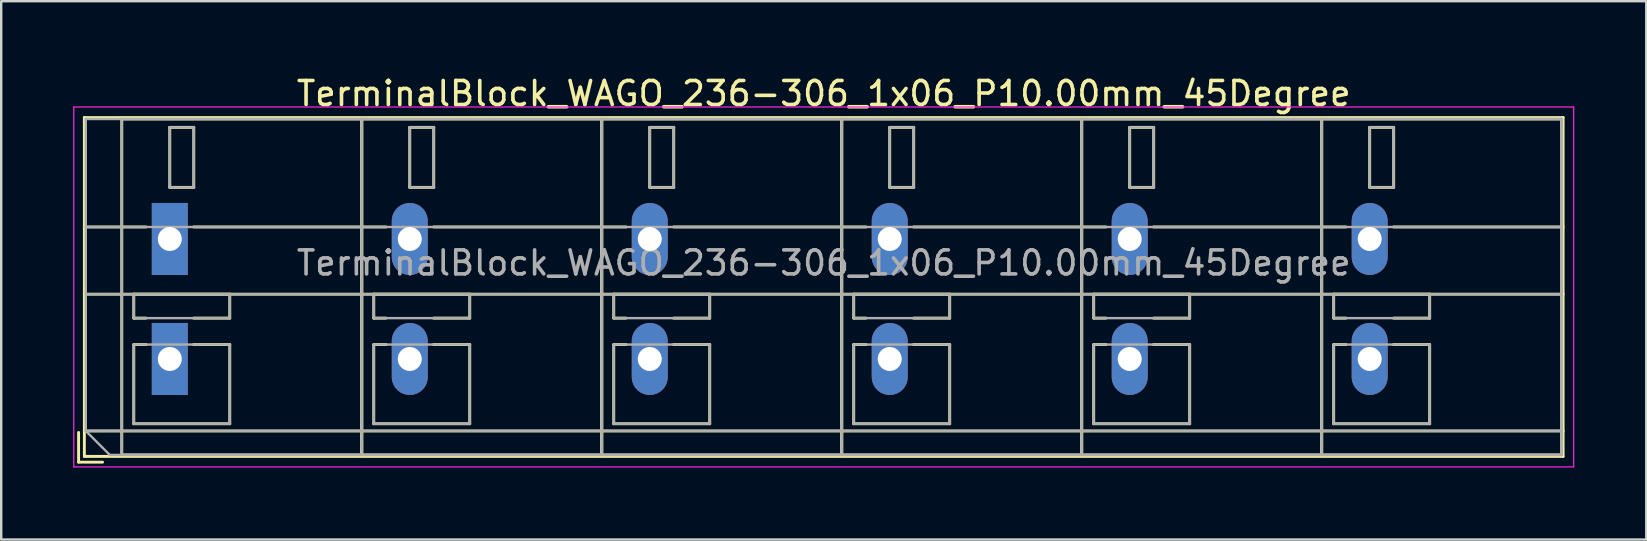
<source format=kicad_pcb>
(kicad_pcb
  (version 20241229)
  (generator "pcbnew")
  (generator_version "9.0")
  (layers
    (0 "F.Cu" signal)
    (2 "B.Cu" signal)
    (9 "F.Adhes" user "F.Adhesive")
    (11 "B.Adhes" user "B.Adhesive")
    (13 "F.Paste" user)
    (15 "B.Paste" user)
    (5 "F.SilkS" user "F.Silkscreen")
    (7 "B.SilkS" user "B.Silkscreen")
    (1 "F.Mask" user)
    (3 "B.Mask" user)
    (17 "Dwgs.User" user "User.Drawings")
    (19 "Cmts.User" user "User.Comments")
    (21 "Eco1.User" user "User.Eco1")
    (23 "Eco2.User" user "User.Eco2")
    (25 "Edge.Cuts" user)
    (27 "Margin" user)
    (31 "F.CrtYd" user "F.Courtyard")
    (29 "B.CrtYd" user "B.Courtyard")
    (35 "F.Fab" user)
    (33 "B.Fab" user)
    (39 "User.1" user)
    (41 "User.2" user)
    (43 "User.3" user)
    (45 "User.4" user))
  (footprint "TerminalBlock_WAGO_236-306_1x06_P10.00mm_45Degree"
    (layer "F.Cu")
    (at 4.025 11.908)
    (property "Reference" "TerminalBlock_WAGO_236-306_1x06_P10.00mm_45Degree" (at 27.25 -11.06 0) (layer "F.SilkS") (effects (font (size 1 1) (thickness 0.15))))
    (attr through_hole)
    (fp_line (start -3.8 3.06) (end -3.8 4.3) (stroke (width 0.12) (type solid)) (layer "F.SilkS"))
    (fp_line (start -3.8 4.3) (end -2.8 4.3) (stroke (width 0.12) (type solid)) (layer "F.SilkS"))
    (fp_line (start -3.56 -10.06) (end -3.56 4.06) (stroke (width 0.12) (type solid)) (layer "F.SilkS"))
    (fp_line (start -3.56 -10.06) (end 58.06 -10.06) (stroke (width 0.12) (type solid)) (layer "F.SilkS"))
    (fp_line (start -3.56 -5.5) (end -0.99 -5.5) (stroke (width 0.12) (type solid)) (layer "F.SilkS"))
    (fp_line (start -3.56 -2.7) (end 58.06 -2.7) (stroke (width 0.12) (type solid)) (layer "F.SilkS"))
    (fp_line (start -3.56 3) (end 58.06 3) (stroke (width 0.12) (type solid)) (layer "F.SilkS"))
    (fp_line (start -3.56 4.06) (end 58.06 4.06) (stroke (width 0.12) (type solid)) (layer "F.SilkS"))
    (fp_line (start -2 -10) (end -2 4) (stroke (width 0.12) (type solid)) (layer "F.SilkS"))
    (fp_line (start -2 -10) (end 8 -10) (stroke (width 0.12) (type solid)) (layer "F.SilkS"))
    (fp_line (start -2 4) (end 8 4) (stroke (width 0.12) (type solid)) (layer "F.SilkS"))
    (fp_line (start -1.5 -2.7) (end -1.5 -1.701) (stroke (width 0.12) (type solid)) (layer "F.SilkS"))
    (fp_line (start -1.5 -2.7) (end 2.5 -2.7) (stroke (width 0.12) (type solid)) (layer "F.SilkS"))
    (fp_line (start -1.5 -1.701) (end -0.99 -1.701) (stroke (width 0.12) (type solid)) (layer "F.SilkS"))
    (fp_line (start -1.5 -0.6) (end -1.5 2.7) (stroke (width 0.12) (type solid)) (layer "F.SilkS"))
    (fp_line (start -1.5 -0.6) (end -0.99 -0.6) (stroke (width 0.12) (type solid)) (layer "F.SilkS"))
    (fp_line (start -1.5 2.7) (end 2.5 2.7) (stroke (width 0.12) (type solid)) (layer "F.SilkS"))
    (fp_line (start 0 -9.65) (end 0 -7.15) (stroke (width 0.12) (type solid)) (layer "F.SilkS"))
    (fp_line (start 0 -9.65) (end 1 -9.65) (stroke (width 0.12) (type solid)) (layer "F.SilkS"))
    (fp_line (start 0 -7.15) (end 1 -7.15) (stroke (width 0.12) (type solid)) (layer "F.SilkS"))
    (fp_line (start 0.99 -5.5) (end 9.01 -5.5) (stroke (width 0.12) (type solid)) (layer "F.SilkS"))
    (fp_line (start 0.99 -1.701) (end 2.5 -1.701) (stroke (width 0.12) (type solid)) (layer "F.SilkS"))
    (fp_line (start 0.99 -0.6) (end 2.5 -0.6) (stroke (width 0.12) (type solid)) (layer "F.SilkS"))
    (fp_line (start 1 -9.65) (end 1 -7.15) (stroke (width 0.12) (type solid)) (layer "F.SilkS"))
    (fp_line (start 2.5 -2.7) (end 2.5 -1.701) (stroke (width 0.12) (type solid)) (layer "F.SilkS"))
    (fp_line (start 2.5 -0.6) (end 2.5 2.7) (stroke (width 0.12) (type solid)) (layer "F.SilkS"))
    (fp_line (start 8 -10) (end 8 4) (stroke (width 0.12) (type solid)) (layer "F.SilkS"))
    (fp_line (start 8 -10) (end 8 4) (stroke (width 0.12) (type solid)) (layer "F.SilkS"))
    (fp_line (start 8 -10) (end 18 -10) (stroke (width 0.12) (type solid)) (layer "F.SilkS"))
    (fp_line (start 8 4) (end 18 4) (stroke (width 0.12) (type solid)) (layer "F.SilkS"))
    (fp_line (start 8.5 -2.7) (end 8.5 -1.701) (stroke (width 0.12) (type solid)) (layer "F.SilkS"))
    (fp_line (start 8.5 -2.7) (end 12.5 -2.7) (stroke (width 0.12) (type solid)) (layer "F.SilkS"))
    (fp_line (start 8.5 -1.701) (end 9.01 -1.701) (stroke (width 0.12) (type solid)) (layer "F.SilkS"))
    (fp_line (start 8.5 -0.6) (end 8.5 2.7) (stroke (width 0.12) (type solid)) (layer "F.SilkS"))
    (fp_line (start 8.5 -0.6) (end 9.01 -0.6) (stroke (width 0.12) (type solid)) (layer "F.SilkS"))
    (fp_line (start 8.5 2.7) (end 12.5 2.7) (stroke (width 0.12) (type solid)) (layer "F.SilkS"))
    (fp_line (start 10 -9.65) (end 10 -7.15) (stroke (width 0.12) (type solid)) (layer "F.SilkS"))
    (fp_line (start 10 -9.65) (end 11 -9.65) (stroke (width 0.12) (type solid)) (layer "F.SilkS"))
    (fp_line (start 10 -7.15) (end 11 -7.15) (stroke (width 0.12) (type solid)) (layer "F.SilkS"))
    (fp_line (start 10.99 -5.5) (end 19.01 -5.5) (stroke (width 0.12) (type solid)) (layer "F.SilkS"))
    (fp_line (start 10.99 -1.701) (end 12.5 -1.701) (stroke (width 0.12) (type solid)) (layer "F.SilkS"))
    (fp_line (start 10.99 -0.6) (end 12.5 -0.6) (stroke (width 0.12) (type solid)) (layer "F.SilkS"))
    (fp_line (start 11 -9.65) (end 11 -7.15) (stroke (width 0.12) (type solid)) (layer "F.SilkS"))
    (fp_line (start 12.5 -2.7) (end 12.5 -1.701) (stroke (width 0.12) (type solid)) (layer "F.SilkS"))
    (fp_line (start 12.5 -0.6) (end 12.5 2.7) (stroke (width 0.12) (type solid)) (layer "F.SilkS"))
    (fp_line (start 18 -10) (end 18 4) (stroke (width 0.12) (type solid)) (layer "F.SilkS"))
    (fp_line (start 18 -10) (end 18 4) (stroke (width 0.12) (type solid)) (layer "F.SilkS"))
    (fp_line (start 18 -10) (end 28 -10) (stroke (width 0.12) (type solid)) (layer "F.SilkS"))
    (fp_line (start 18 4) (end 28 4) (stroke (width 0.12) (type solid)) (layer "F.SilkS"))
    (fp_line (start 18.5 -2.7) (end 18.5 -1.701) (stroke (width 0.12) (type solid)) (layer "F.SilkS"))
    (fp_line (start 18.5 -2.7) (end 22.5 -2.7) (stroke (width 0.12) (type solid)) (layer "F.SilkS"))
    (fp_line (start 18.5 -1.701) (end 19.01 -1.701) (stroke (width 0.12) (type solid)) (layer "F.SilkS"))
    (fp_line (start 18.5 -0.6) (end 18.5 2.7) (stroke (width 0.12) (type solid)) (layer "F.SilkS"))
    (fp_line (start 18.5 -0.6) (end 19.01 -0.6) (stroke (width 0.12) (type solid)) (layer "F.SilkS"))
    (fp_line (start 18.5 2.7) (end 22.5 2.7) (stroke (width 0.12) (type solid)) (layer "F.SilkS"))
    (fp_line (start 20 -9.65) (end 20 -7.15) (stroke (width 0.12) (type solid)) (layer "F.SilkS"))
    (fp_line (start 20 -9.65) (end 21 -9.65) (stroke (width 0.12) (type solid)) (layer "F.SilkS"))
    (fp_line (start 20 -7.15) (end 21 -7.15) (stroke (width 0.12) (type solid)) (layer "F.SilkS"))
    (fp_line (start 20.99 -5.5) (end 29.01 -5.5) (stroke (width 0.12) (type solid)) (layer "F.SilkS"))
    (fp_line (start 20.99 -1.701) (end 22.5 -1.701) (stroke (width 0.12) (type solid)) (layer "F.SilkS"))
    (fp_line (start 20.99 -0.6) (end 22.5 -0.6) (stroke (width 0.12) (type solid)) (layer "F.SilkS"))
    (fp_line (start 21 -9.65) (end 21 -7.15) (stroke (width 0.12) (type solid)) (layer "F.SilkS"))
    (fp_line (start 22.5 -2.7) (end 22.5 -1.701) (stroke (width 0.12) (type solid)) (layer "F.SilkS"))
    (fp_line (start 22.5 -0.6) (end 22.5 2.7) (stroke (width 0.12) (type solid)) (layer "F.SilkS"))
    (fp_line (start 28 -10) (end 28 4) (stroke (width 0.12) (type solid)) (layer "F.SilkS"))
    (fp_line (start 28 -10) (end 28 4) (stroke (width 0.12) (type solid)) (layer "F.SilkS"))
    (fp_line (start 28 -10) (end 38 -10) (stroke (width 0.12) (type solid)) (layer "F.SilkS"))
    (fp_line (start 28 4) (end 38 4) (stroke (width 0.12) (type solid)) (layer "F.SilkS"))
    (fp_line (start 28.5 -2.7) (end 28.5 -1.701) (stroke (width 0.12) (type solid)) (layer "F.SilkS"))
    (fp_line (start 28.5 -2.7) (end 32.5 -2.7) (stroke (width 0.12) (type solid)) (layer "F.SilkS"))
    (fp_line (start 28.5 -1.701) (end 29.01 -1.701) (stroke (width 0.12) (type solid)) (layer "F.SilkS"))
    (fp_line (start 28.5 -0.6) (end 28.5 2.7) (stroke (width 0.12) (type solid)) (layer "F.SilkS"))
    (fp_line (start 28.5 -0.6) (end 29.01 -0.6) (stroke (width 0.12) (type solid)) (layer "F.SilkS"))
    (fp_line (start 28.5 2.7) (end 32.5 2.7) (stroke (width 0.12) (type solid)) (layer "F.SilkS"))
    (fp_line (start 30 -9.65) (end 30 -7.15) (stroke (width 0.12) (type solid)) (layer "F.SilkS"))
    (fp_line (start 30 -9.65) (end 31 -9.65) (stroke (width 0.12) (type solid)) (layer "F.SilkS"))
    (fp_line (start 30 -7.15) (end 31 -7.15) (stroke (width 0.12) (type solid)) (layer "F.SilkS"))
    (fp_line (start 30.99 -5.5) (end 39.01 -5.5) (stroke (width 0.12) (type solid)) (layer "F.SilkS"))
    (fp_line (start 30.99 -1.701) (end 32.5 -1.701) (stroke (width 0.12) (type solid)) (layer "F.SilkS"))
    (fp_line (start 30.99 -0.6) (end 32.5 -0.6) (stroke (width 0.12) (type solid)) (layer "F.SilkS"))
    (fp_line (start 31 -9.65) (end 31 -7.15) (stroke (width 0.12) (type solid)) (layer "F.SilkS"))
    (fp_line (start 32.5 -2.7) (end 32.5 -1.701) (stroke (width 0.12) (type solid)) (layer "F.SilkS"))
    (fp_line (start 32.5 -0.6) (end 32.5 2.7) (stroke (width 0.12) (type solid)) (layer "F.SilkS"))
    (fp_line (start 38 -10) (end 38 4) (stroke (width 0.12) (type solid)) (layer "F.SilkS"))
    (fp_line (start 38 -10) (end 38 4) (stroke (width 0.12) (type solid)) (layer "F.SilkS"))
    (fp_line (start 38 -10) (end 48 -10) (stroke (width 0.12) (type solid)) (layer "F.SilkS"))
    (fp_line (start 38 4) (end 48 4) (stroke (width 0.12) (type solid)) (layer "F.SilkS"))
    (fp_line (start 38.5 -2.7) (end 38.5 -1.701) (stroke (width 0.12) (type solid)) (layer "F.SilkS"))
    (fp_line (start 38.5 -2.7) (end 42.5 -2.7) (stroke (width 0.12) (type solid)) (layer "F.SilkS"))
    (fp_line (start 38.5 -1.701) (end 39.01 -1.701) (stroke (width 0.12) (type solid)) (layer "F.SilkS"))
    (fp_line (start 38.5 -0.6) (end 38.5 2.7) (stroke (width 0.12) (type solid)) (layer "F.SilkS"))
    (fp_line (start 38.5 -0.6) (end 39.01 -0.6) (stroke (width 0.12) (type solid)) (layer "F.SilkS"))
    (fp_line (start 38.5 2.7) (end 42.5 2.7) (stroke (width 0.12) (type solid)) (layer "F.SilkS"))
    (fp_line (start 40 -9.65) (end 40 -7.15) (stroke (width 0.12) (type solid)) (layer "F.SilkS"))
    (fp_line (start 40 -9.65) (end 41 -9.65) (stroke (width 0.12) (type solid)) (layer "F.SilkS"))
    (fp_line (start 40 -7.15) (end 41 -7.15) (stroke (width 0.12) (type solid)) (layer "F.SilkS"))
    (fp_line (start 40.99 -5.5) (end 49.01 -5.5) (stroke (width 0.12) (type solid)) (layer "F.SilkS"))
    (fp_line (start 40.99 -1.701) (end 42.5 -1.701) (stroke (width 0.12) (type solid)) (layer "F.SilkS"))
    (fp_line (start 40.99 -0.6) (end 42.5 -0.6) (stroke (width 0.12) (type solid)) (layer "F.SilkS"))
    (fp_line (start 41 -9.65) (end 41 -7.15) (stroke (width 0.12) (type solid)) (layer "F.SilkS"))
    (fp_line (start 42.5 -2.7) (end 42.5 -1.701) (stroke (width 0.12) (type solid)) (layer "F.SilkS"))
    (fp_line (start 42.5 -0.6) (end 42.5 2.7) (stroke (width 0.12) (type solid)) (layer "F.SilkS"))
    (fp_line (start 48 -10) (end 48 4) (stroke (width 0.12) (type solid)) (layer "F.SilkS"))
    (fp_line (start 48 -10) (end 48 4) (stroke (width 0.12) (type solid)) (layer "F.SilkS"))
    (fp_line (start 48 -10) (end 58 -10) (stroke (width 0.12) (type solid)) (layer "F.SilkS"))
    (fp_line (start 48 4) (end 58 4) (stroke (width 0.12) (type solid)) (layer "F.SilkS"))
    (fp_line (start 48.5 -2.7) (end 48.5 -1.701) (stroke (width 0.12) (type solid)) (layer "F.SilkS"))
    (fp_line (start 48.5 -2.7) (end 52.5 -2.7) (stroke (width 0.12) (type solid)) (layer "F.SilkS"))
    (fp_line (start 48.5 -1.701) (end 49.01 -1.701) (stroke (width 0.12) (type solid)) (layer "F.SilkS"))
    (fp_line (start 48.5 -0.6) (end 48.5 2.7) (stroke (width 0.12) (type solid)) (layer "F.SilkS"))
    (fp_line (start 48.5 -0.6) (end 49.01 -0.6) (stroke (width 0.12) (type solid)) (layer "F.SilkS"))
    (fp_line (start 48.5 2.7) (end 52.5 2.7) (stroke (width 0.12) (type solid)) (layer "F.SilkS"))
    (fp_line (start 50 -9.65) (end 50 -7.15) (stroke (width 0.12) (type solid)) (layer "F.SilkS"))
    (fp_line (start 50 -9.65) (end 51 -9.65) (stroke (width 0.12) (type solid)) (layer "F.SilkS"))
    (fp_line (start 50 -7.15) (end 51 -7.15) (stroke (width 0.12) (type solid)) (layer "F.SilkS"))
    (fp_line (start 50.99 -5.5) (end 58.06 -5.5) (stroke (width 0.12) (type solid)) (layer "F.SilkS"))
    (fp_line (start 50.99 -1.701) (end 52.5 -1.701) (stroke (width 0.12) (type solid)) (layer "F.SilkS"))
    (fp_line (start 50.99 -0.6) (end 52.5 -0.6) (stroke (width 0.12) (type solid)) (layer "F.SilkS"))
    (fp_line (start 51 -9.65) (end 51 -7.15) (stroke (width 0.12) (type solid)) (layer "F.SilkS"))
    (fp_line (start 52.5 -2.7) (end 52.5 -1.701) (stroke (width 0.12) (type solid)) (layer "F.SilkS"))
    (fp_line (start 52.5 -0.6) (end 52.5 2.7) (stroke (width 0.12) (type solid)) (layer "F.SilkS"))
    (fp_line (start 58 -10) (end 58 4) (stroke (width 0.12) (type solid)) (layer "F.SilkS"))
    (fp_line (start 58.06 -10.06) (end 58.06 4.06) (stroke (width 0.12) (type solid)) (layer "F.SilkS"))
    (fp_line (start -4 -10.5) (end -4 4.5) (stroke (width 0.05) (type solid)) (layer "F.CrtYd"))
    (fp_line (start -4 4.5) (end 58.5 4.5) (stroke (width 0.05) (type solid)) (layer "F.CrtYd"))
    (fp_line (start 58.5 -10.5) (end -4 -10.5) (stroke (width 0.05) (type solid)) (layer "F.CrtYd"))
    (fp_line (start 58.5 4.5) (end 58.5 -10.5) (stroke (width 0.05) (type solid)) (layer "F.CrtYd"))
    (fp_line (start -3.5 -10) (end 58 -10) (stroke (width 0.1) (type solid)) (layer "F.Fab"))
    (fp_line (start -3.5 -5.5) (end 58 -5.5) (stroke (width 0.1) (type solid)) (layer "F.Fab"))
    (fp_line (start -3.5 -2.7) (end 58 -2.7) (stroke (width 0.1) (type solid)) (layer "F.Fab"))
    (fp_line (start -3.5 3) (end -3.5 -10) (stroke (width 0.1) (type solid)) (layer "F.Fab"))
    (fp_line (start -3.5 3) (end 58 3) (stroke (width 0.1) (type solid)) (layer "F.Fab"))
    (fp_line (start -2.5 4) (end -3.5 3) (stroke (width 0.1) (type solid)) (layer "F.Fab"))
    (fp_line (start -2 -10) (end -2 4) (stroke (width 0.1) (type solid)) (layer "F.Fab"))
    (fp_line (start -2 4) (end 8 4) (stroke (width 0.1) (type solid)) (layer "F.Fab"))
    (fp_line (start -1.5 -2.7) (end -1.5 -1.7) (stroke (width 0.1) (type solid)) (layer "F.Fab"))
    (fp_line (start -1.5 -1.7) (end 2.5 -1.7) (stroke (width 0.1) (type solid)) (layer "F.Fab"))
    (fp_line (start -1.5 -0.6) (end -1.5 2.7) (stroke (width 0.1) (type solid)) (layer "F.Fab"))
    (fp_line (start -1.5 2.7) (end 2.5 2.7) (stroke (width 0.1) (type solid)) (layer "F.Fab"))
    (fp_line (start 0 -9.65) (end 0 -7.15) (stroke (width 0.1) (type solid)) (layer "F.Fab"))
    (fp_line (start 0 -7.15) (end 1 -7.15) (stroke (width 0.1) (type solid)) (layer "F.Fab"))
    (fp_line (start 1 -9.65) (end 0 -9.65) (stroke (width 0.1) (type solid)) (layer "F.Fab"))
    (fp_line (start 1 -7.15) (end 1 -9.65) (stroke (width 0.1) (type solid)) (layer "F.Fab"))
    (fp_line (start 2.5 -2.7) (end -1.5 -2.7) (stroke (width 0.1) (type solid)) (layer "F.Fab"))
    (fp_line (start 2.5 -1.7) (end 2.5 -2.7) (stroke (width 0.1) (type solid)) (layer "F.Fab"))
    (fp_line (start 2.5 -0.6) (end -1.5 -0.6) (stroke (width 0.1) (type solid)) (layer "F.Fab"))
    (fp_line (start 2.5 2.7) (end 2.5 -0.6) (stroke (width 0.1) (type solid)) (layer "F.Fab"))
    (fp_line (start 8 -10) (end -2 -10) (stroke (width 0.1) (type solid)) (layer "F.Fab"))
    (fp_line (start 8 -10) (end 8 4) (stroke (width 0.1) (type solid)) (layer "F.Fab"))
    (fp_line (start 8 4) (end 8 -10) (stroke (width 0.1) (type solid)) (layer "F.Fab"))
    (fp_line (start 8 4) (end 18 4) (stroke (width 0.1) (type solid)) (layer "F.Fab"))
    (fp_line (start 8.5 -2.7) (end 8.5 -1.7) (stroke (width 0.1) (type solid)) (layer "F.Fab"))
    (fp_line (start 8.5 -1.7) (end 12.5 -1.7) (stroke (width 0.1) (type solid)) (layer "F.Fab"))
    (fp_line (start 8.5 -0.6) (end 8.5 2.7) (stroke (width 0.1) (type solid)) (layer "F.Fab"))
    (fp_line (start 8.5 2.7) (end 12.5 2.7) (stroke (width 0.1) (type solid)) (layer "F.Fab"))
    (fp_line (start 10 -9.65) (end 10 -7.15) (stroke (width 0.1) (type solid)) (layer "F.Fab"))
    (fp_line (start 10 -7.15) (end 11 -7.15) (stroke (width 0.1) (type solid)) (layer "F.Fab"))
    (fp_line (start 11 -9.65) (end 10 -9.65) (stroke (width 0.1) (type solid)) (layer "F.Fab"))
    (fp_line (start 11 -7.15) (end 11 -9.65) (stroke (width 0.1) (type solid)) (layer "F.Fab"))
    (fp_line (start 12.5 -2.7) (end 8.5 -2.7) (stroke (width 0.1) (type solid)) (layer "F.Fab"))
    (fp_line (start 12.5 -1.7) (end 12.5 -2.7) (stroke (width 0.1) (type solid)) (layer "F.Fab"))
    (fp_line (start 12.5 -0.6) (end 8.5 -0.6) (stroke (width 0.1) (type solid)) (layer "F.Fab"))
    (fp_line (start 12.5 2.7) (end 12.5 -0.6) (stroke (width 0.1) (type solid)) (layer "F.Fab"))
    (fp_line (start 18 -10) (end 8 -10) (stroke (width 0.1) (type solid)) (layer "F.Fab"))
    (fp_line (start 18 -10) (end 18 4) (stroke (width 0.1) (type solid)) (layer "F.Fab"))
    (fp_line (start 18 4) (end 18 -10) (stroke (width 0.1) (type solid)) (layer "F.Fab"))
    (fp_line (start 18 4) (end 28 4) (stroke (width 0.1) (type solid)) (layer "F.Fab"))
    (fp_line (start 18.5 -2.7) (end 18.5 -1.7) (stroke (width 0.1) (type solid)) (layer "F.Fab"))
    (fp_line (start 18.5 -1.7) (end 22.5 -1.7) (stroke (width 0.1) (type solid)) (layer "F.Fab"))
    (fp_line (start 18.5 -0.6) (end 18.5 2.7) (stroke (width 0.1) (type solid)) (layer "F.Fab"))
    (fp_line (start 18.5 2.7) (end 22.5 2.7) (stroke (width 0.1) (type solid)) (layer "F.Fab"))
    (fp_line (start 20 -9.65) (end 20 -7.15) (stroke (width 0.1) (type solid)) (layer "F.Fab"))
    (fp_line (start 20 -7.15) (end 21 -7.15) (stroke (width 0.1) (type solid)) (layer "F.Fab"))
    (fp_line (start 21 -9.65) (end 20 -9.65) (stroke (width 0.1) (type solid)) (layer "F.Fab"))
    (fp_line (start 21 -7.15) (end 21 -9.65) (stroke (width 0.1) (type solid)) (layer "F.Fab"))
    (fp_line (start 22.5 -2.7) (end 18.5 -2.7) (stroke (width 0.1) (type solid)) (layer "F.Fab"))
    (fp_line (start 22.5 -1.7) (end 22.5 -2.7) (stroke (width 0.1) (type solid)) (layer "F.Fab"))
    (fp_line (start 22.5 -0.6) (end 18.5 -0.6) (stroke (width 0.1) (type solid)) (layer "F.Fab"))
    (fp_line (start 22.5 2.7) (end 22.5 -0.6) (stroke (width 0.1) (type solid)) (layer "F.Fab"))
    (fp_line (start 28 -10) (end 18 -10) (stroke (width 0.1) (type solid)) (layer "F.Fab"))
    (fp_line (start 28 -10) (end 28 4) (stroke (width 0.1) (type solid)) (layer "F.Fab"))
    (fp_line (start 28 4) (end 28 -10) (stroke (width 0.1) (type solid)) (layer "F.Fab"))
    (fp_line (start 28 4) (end 38 4) (stroke (width 0.1) (type solid)) (layer "F.Fab"))
    (fp_line (start 28.5 -2.7) (end 28.5 -1.7) (stroke (width 0.1) (type solid)) (layer "F.Fab"))
    (fp_line (start 28.5 -1.7) (end 32.5 -1.7) (stroke (width 0.1) (type solid)) (layer "F.Fab"))
    (fp_line (start 28.5 -0.6) (end 28.5 2.7) (stroke (width 0.1) (type solid)) (layer "F.Fab"))
    (fp_line (start 28.5 2.7) (end 32.5 2.7) (stroke (width 0.1) (type solid)) (layer "F.Fab"))
    (fp_line (start 30 -9.65) (end 30 -7.15) (stroke (width 0.1) (type solid)) (layer "F.Fab"))
    (fp_line (start 30 -7.15) (end 31 -7.15) (stroke (width 0.1) (type solid)) (layer "F.Fab"))
    (fp_line (start 31 -9.65) (end 30 -9.65) (stroke (width 0.1) (type solid)) (layer "F.Fab"))
    (fp_line (start 31 -7.15) (end 31 -9.65) (stroke (width 0.1) (type solid)) (layer "F.Fab"))
    (fp_line (start 32.5 -2.7) (end 28.5 -2.7) (stroke (width 0.1) (type solid)) (layer "F.Fab"))
    (fp_line (start 32.5 -1.7) (end 32.5 -2.7) (stroke (width 0.1) (type solid)) (layer "F.Fab"))
    (fp_line (start 32.5 -0.6) (end 28.5 -0.6) (stroke (width 0.1) (type solid)) (layer "F.Fab"))
    (fp_line (start 32.5 2.7) (end 32.5 -0.6) (stroke (width 0.1) (type solid)) (layer "F.Fab"))
    (fp_line (start 38 -10) (end 28 -10) (stroke (width 0.1) (type solid)) (layer "F.Fab"))
    (fp_line (start 38 -10) (end 38 4) (stroke (width 0.1) (type solid)) (layer "F.Fab"))
    (fp_line (start 38 4) (end 38 -10) (stroke (width 0.1) (type solid)) (layer "F.Fab"))
    (fp_line (start 38 4) (end 48 4) (stroke (width 0.1) (type solid)) (layer "F.Fab"))
    (fp_line (start 38.5 -2.7) (end 38.5 -1.7) (stroke (width 0.1) (type solid)) (layer "F.Fab"))
    (fp_line (start 38.5 -1.7) (end 42.5 -1.7) (stroke (width 0.1) (type solid)) (layer "F.Fab"))
    (fp_line (start 38.5 -0.6) (end 38.5 2.7) (stroke (width 0.1) (type solid)) (layer "F.Fab"))
    (fp_line (start 38.5 2.7) (end 42.5 2.7) (stroke (width 0.1) (type solid)) (layer "F.Fab"))
    (fp_line (start 40 -9.65) (end 40 -7.15) (stroke (width 0.1) (type solid)) (layer "F.Fab"))
    (fp_line (start 40 -7.15) (end 41 -7.15) (stroke (width 0.1) (type solid)) (layer "F.Fab"))
    (fp_line (start 41 -9.65) (end 40 -9.65) (stroke (width 0.1) (type solid)) (layer "F.Fab"))
    (fp_line (start 41 -7.15) (end 41 -9.65) (stroke (width 0.1) (type solid)) (layer "F.Fab"))
    (fp_line (start 42.5 -2.7) (end 38.5 -2.7) (stroke (width 0.1) (type solid)) (layer "F.Fab"))
    (fp_line (start 42.5 -1.7) (end 42.5 -2.7) (stroke (width 0.1) (type solid)) (layer "F.Fab"))
    (fp_line (start 42.5 -0.6) (end 38.5 -0.6) (stroke (width 0.1) (type solid)) (layer "F.Fab"))
    (fp_line (start 42.5 2.7) (end 42.5 -0.6) (stroke (width 0.1) (type solid)) (layer "F.Fab"))
    (fp_line (start 48 -10) (end 38 -10) (stroke (width 0.1) (type solid)) (layer "F.Fab"))
    (fp_line (start 48 -10) (end 48 4) (stroke (width 0.1) (type solid)) (layer "F.Fab"))
    (fp_line (start 48 4) (end 48 -10) (stroke (width 0.1) (type solid)) (layer "F.Fab"))
    (fp_line (start 48 4) (end 58 4) (stroke (width 0.1) (type solid)) (layer "F.Fab"))
    (fp_line (start 48.5 -2.7) (end 48.5 -1.7) (stroke (width 0.1) (type solid)) (layer "F.Fab"))
    (fp_line (start 48.5 -1.7) (end 52.5 -1.7) (stroke (width 0.1) (type solid)) (layer "F.Fab"))
    (fp_line (start 48.5 -0.6) (end 48.5 2.7) (stroke (width 0.1) (type solid)) (layer "F.Fab"))
    (fp_line (start 48.5 2.7) (end 52.5 2.7) (stroke (width 0.1) (type solid)) (layer "F.Fab"))
    (fp_line (start 50 -9.65) (end 50 -7.15) (stroke (width 0.1) (type solid)) (layer "F.Fab"))
    (fp_line (start 50 -7.15) (end 51 -7.15) (stroke (width 0.1) (type solid)) (layer "F.Fab"))
    (fp_line (start 51 -9.65) (end 50 -9.65) (stroke (width 0.1) (type solid)) (layer "F.Fab"))
    (fp_line (start 51 -7.15) (end 51 -9.65) (stroke (width 0.1) (type solid)) (layer "F.Fab"))
    (fp_line (start 52.5 -2.7) (end 48.5 -2.7) (stroke (width 0.1) (type solid)) (layer "F.Fab"))
    (fp_line (start 52.5 -1.7) (end 52.5 -2.7) (stroke (width 0.1) (type solid)) (layer "F.Fab"))
    (fp_line (start 52.5 -0.6) (end 48.5 -0.6) (stroke (width 0.1) (type solid)) (layer "F.Fab"))
    (fp_line (start 52.5 2.7) (end 52.5 -0.6) (stroke (width 0.1) (type solid)) (layer "F.Fab"))
    (fp_line (start 58 -10) (end 48 -10) (stroke (width 0.1) (type solid)) (layer "F.Fab"))
    (fp_line (start 58 -10) (end 58 4) (stroke (width 0.1) (type solid)) (layer "F.Fab"))
    (fp_line (start 58 4) (end -2.5 4) (stroke (width 0.1) (type solid)) (layer "F.Fab"))
    (fp_line (start 58 4) (end 58 -10) (stroke (width 0.1) (type solid)) (layer "F.Fab"))
    (fp_text user "${REFERENCE}" (at 27.25 -4 0) (layer "F.Fab") (effects (font (size 1 1) (thickness 0.15))))
    (pad "1" thru_hole rect (at 0 -5) (size 1.5 3) (drill 1) (layers "*.Cu" "*.Mask"))
    (pad "1" thru_hole rect (at 0 0) (size 1.5 3) (drill 1) (layers "*.Cu" "*.Mask"))
    (pad "2" thru_hole oval (at 10 -5) (size 1.5 3) (drill 1) (layers "*.Cu" "*.Mask"))
    (pad "2" thru_hole oval (at 10 0) (size 1.5 3) (drill 1) (layers "*.Cu" "*.Mask"))
    (pad "3" thru_hole oval (at 20 -5) (size 1.5 3) (drill 1) (layers "*.Cu" "*.Mask"))
    (pad "3" thru_hole oval (at 20 0) (size 1.5 3) (drill 1) (layers "*.Cu" "*.Mask"))
    (pad "4" thru_hole oval (at 30 -5) (size 1.5 3) (drill 1) (layers "*.Cu" "*.Mask"))
    (pad "4" thru_hole oval (at 30 0) (size 1.5 3) (drill 1) (layers "*.Cu" "*.Mask"))
    (pad "5" thru_hole oval (at 40 -5) (size 1.5 3) (drill 1) (layers "*.Cu" "*.Mask"))
    (pad "5" thru_hole oval (at 40 0) (size 1.5 3) (drill 1) (layers "*.Cu" "*.Mask"))
    (pad "6" thru_hole oval (at 50 -5) (size 1.5 3) (drill 1) (layers "*.Cu" "*.Mask"))
    (pad "6" thru_hole oval (at 50 0) (size 1.5 3) (drill 1) (layers "*.Cu" "*.Mask")))
  (gr_rect
    (start -3 -3)
    (end 65.55 19.433)
    (stroke (width 0.1) (type default))
    (fill no)
    (layer "Edge.Cuts")))
</source>
